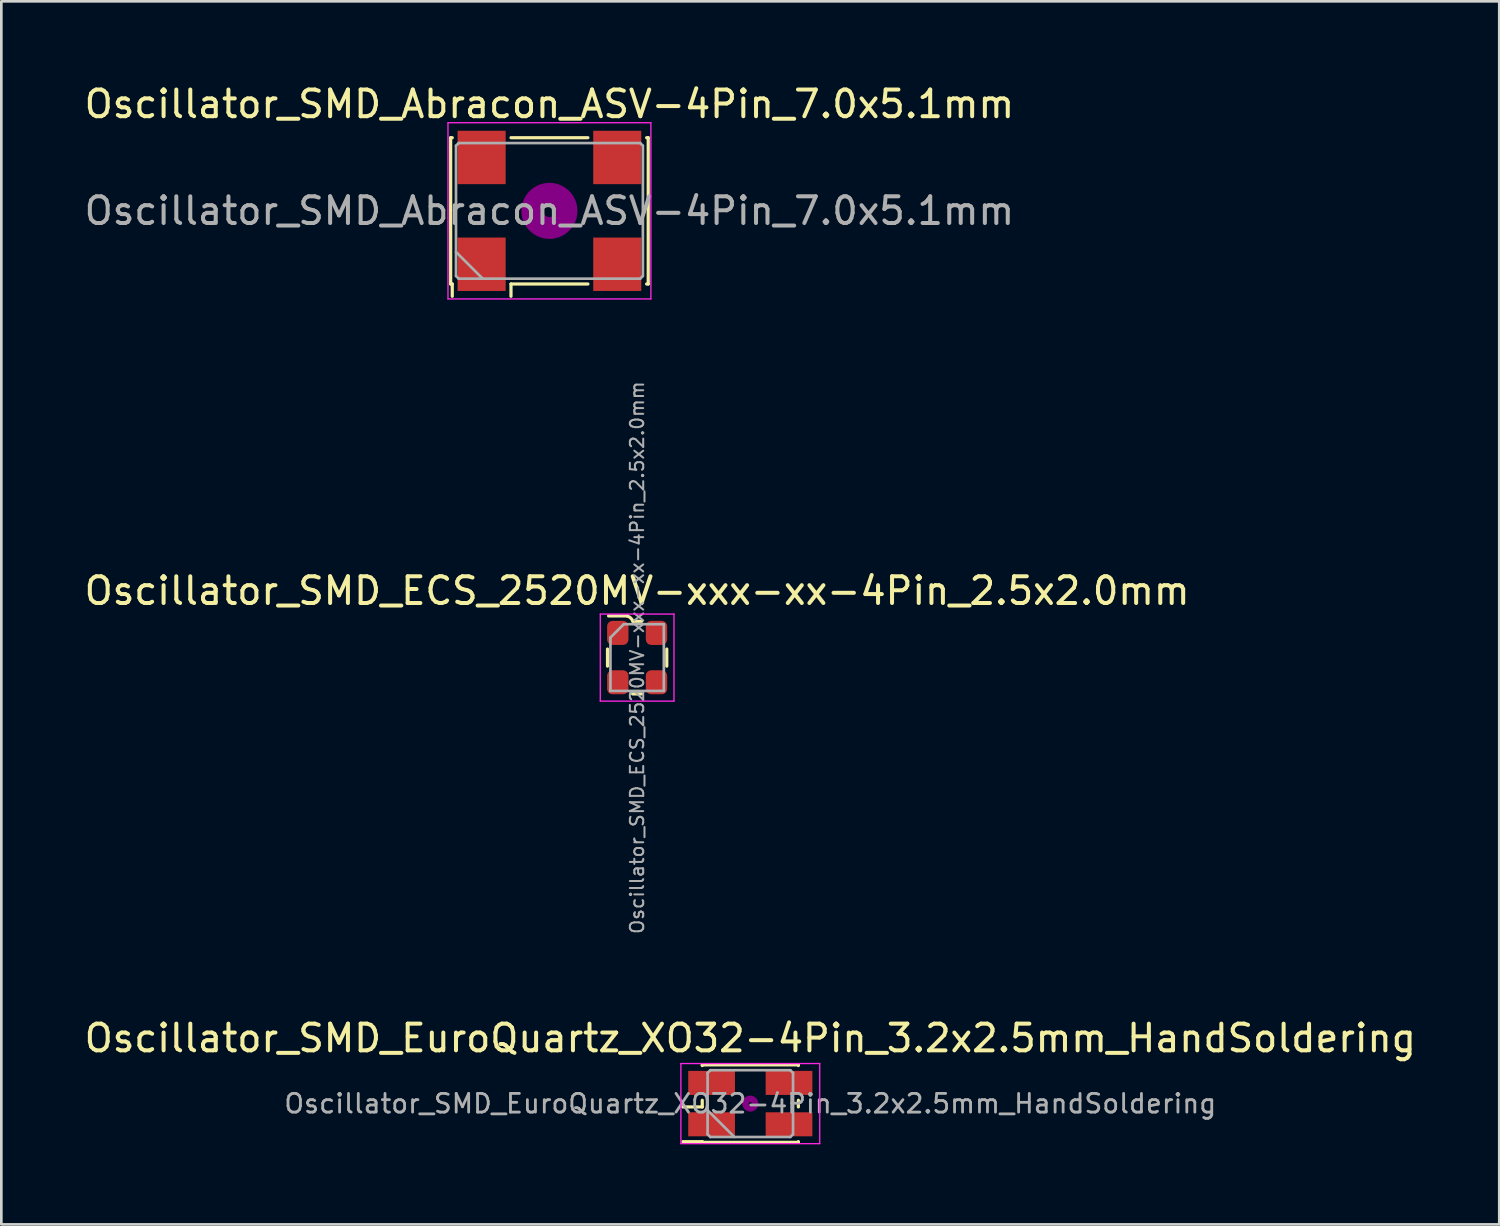
<source format=kicad_pcb>
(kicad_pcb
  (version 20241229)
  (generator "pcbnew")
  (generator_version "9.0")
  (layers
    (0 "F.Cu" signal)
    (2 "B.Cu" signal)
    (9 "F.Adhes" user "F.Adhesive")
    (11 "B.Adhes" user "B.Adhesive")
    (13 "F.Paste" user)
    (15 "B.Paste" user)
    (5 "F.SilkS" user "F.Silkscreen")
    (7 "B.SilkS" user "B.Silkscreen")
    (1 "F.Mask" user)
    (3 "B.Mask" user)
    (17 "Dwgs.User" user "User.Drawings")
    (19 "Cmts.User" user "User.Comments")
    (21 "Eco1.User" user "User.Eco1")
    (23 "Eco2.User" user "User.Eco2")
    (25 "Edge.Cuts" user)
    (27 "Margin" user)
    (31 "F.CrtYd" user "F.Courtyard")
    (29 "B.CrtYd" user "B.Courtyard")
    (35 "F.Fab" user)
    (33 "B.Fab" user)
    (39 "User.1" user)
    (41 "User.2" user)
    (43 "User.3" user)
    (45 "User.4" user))
  (footprint "Oscillator_SMD_ECS_2520MV-xxx-xx-4Pin_2.5x2.0mm"
    (layer "F.Cu")
    (at 20.815 21.581)
    (property "Reference" "Oscillator_SMD_ECS_2520MV-xxx-xx-4Pin_2.5x2.0mm" (at 0 -2.5 0) (layer "F.SilkS") (effects (font (size 1 1) (thickness 0.15))))
    (attr smd)
    (fp_line (start -1.11 0.32) (end -1.11 -0.32) (stroke (width 0.12) (type solid)) (layer "F.SilkS"))
    (fp_line (start -0.38 -1.56) (end -1.07 -1.56) (stroke (width 0.12) (type solid)) (layer "F.SilkS"))
    (fp_line (start -0.17 1.36) (end 0.17 1.36) (stroke (width 0.12) (type solid)) (layer "F.SilkS"))
    (fp_line (start -0.16 -1.36) (end 0.17 -1.36) (stroke (width 0.12) (type solid)) (layer "F.SilkS"))
    (fp_line (start 1.11 0.32) (end 1.11 -0.32) (stroke (width 0.12) (type solid)) (layer "F.SilkS"))
    (fp_arc (start -0.38 -1.56) (mid -0.246393 -1.485967) (end -0.16 -1.36) (stroke (width 0.12) (type solid)) (layer "F.SilkS"))
    (fp_line (start -1.38 -1.63) (end -1.38 1.63) (stroke (width 0.05) (type solid)) (layer "F.CrtYd"))
    (fp_line (start -1.38 -1.63) (end 1.38 -1.63) (stroke (width 0.05) (type solid)) (layer "F.CrtYd"))
    (fp_line (start -1.38 1.63) (end 1.38 1.63) (stroke (width 0.05) (type solid)) (layer "F.CrtYd"))
    (fp_line (start 1.38 -1.63) (end 1.38 1.63) (stroke (width 0.05) (type solid)) (layer "F.CrtYd"))
    (fp_line (start -1 -0.75) (end -1 1.25) (stroke (width 0.1) (type solid)) (layer "F.Fab"))
    (fp_line (start -1 -0.75) (end -0.5 -1.25) (stroke (width 0.1) (type solid)) (layer "F.Fab"))
    (fp_line (start -1 1.25) (end 1 1.25) (stroke (width 0.1) (type solid)) (layer "F.Fab"))
    (fp_line (start -0.5 -1.25) (end 1 -1.25) (stroke (width 0.1) (type solid)) (layer "F.Fab"))
    (fp_line (start 1 -1.25) (end 1 1.25) (stroke (width 0.1) (type solid)) (layer "F.Fab"))
    (fp_text user "${REFERENCE}" (at 0 0 90) (layer "F.Fab") (effects (font (size 0.5 0.5) (thickness 0.075))))
    (pad "1" smd roundrect (at -0.725 -0.925) (size 0.8 0.9) (layers "F.Cu" "F.Mask" "F.Paste") (roundrect_rratio 0.25))
    (pad "2" smd roundrect (at -0.725 0.925) (size 0.8 0.9) (layers "F.Cu" "F.Mask" "F.Paste") (roundrect_rratio 0.25))
    (pad "3" smd roundrect (at 0.725 0.925) (size 0.8 0.9) (layers "F.Cu" "F.Mask" "F.Paste") (roundrect_rratio 0.25))
    (pad "4" smd roundrect (at 0.725 -0.925) (size 0.8 0.9) (layers "F.Cu" "F.Mask" "F.Paste") (roundrect_rratio 0.25)))
  (footprint "Oscillator_SMD_Abracon_ASV-4Pin_7.0x5.1mm"
    (layer "F.Cu")
    (at 17.53 4.848)
    (property "Reference" "Oscillator_SMD_Abracon_ASV-4Pin_7.0x5.1mm" (at 0 -4 0) (layer "F.SilkS") (effects (font (size 1 1) (thickness 0.15))))
    (attr smd)
    (fp_line (start -3.7 -2.74) (end -3.64 -2.74) (stroke (width 0.12) (type solid)) (layer "F.SilkS"))
    (fp_line (start -3.7 2.74) (end -3.7 -2.74) (stroke (width 0.12) (type solid)) (layer "F.SilkS"))
    (fp_line (start -3.64 2.74) (end -3.7 2.74) (stroke (width 0.12) (type solid)) (layer "F.SilkS"))
    (fp_line (start -3.64 3.2) (end -3.64 2.74) (stroke (width 0.12) (type solid)) (layer "F.SilkS"))
    (fp_line (start -1.44 -2.74) (end 1.44 -2.74) (stroke (width 0.12) (type solid)) (layer "F.SilkS"))
    (fp_line (start -1.44 2.74) (end -1.44 3.2) (stroke (width 0.12) (type solid)) (layer "F.SilkS"))
    (fp_line (start 1.44 2.74) (end -1.44 2.74) (stroke (width 0.12) (type solid)) (layer "F.SilkS"))
    (fp_line (start 3.64 -2.74) (end 3.7 -2.74) (stroke (width 0.12) (type solid)) (layer "F.SilkS"))
    (fp_line (start 3.7 -2.74) (end 3.7 2.74) (stroke (width 0.12) (type solid)) (layer "F.SilkS"))
    (fp_line (start 3.7 2.74) (end 3.64 2.74) (stroke (width 0.12) (type solid)) (layer "F.SilkS"))
    (fp_circle (center 0 0) (end 0.233 0) (stroke (width 0.467) (type solid)) (fill no) (layer "F.Adhes"))
    (fp_circle (center 0 0) (end 0.533 0) (stroke (width 0.333) (type solid)) (fill no) (layer "F.Adhes"))
    (fp_circle (center 0 0) (end 0.833 0) (stroke (width 0.333) (type solid)) (fill no) (layer "F.Adhes"))
    (fp_circle (center 0 0) (end 1 0) (stroke (width 0.1) (type solid)) (fill no) (layer "F.Adhes"))
    (fp_line (start -3.8 -3.3) (end -3.8 3.3) (stroke (width 0.05) (type solid)) (layer "F.CrtYd"))
    (fp_line (start -3.8 3.3) (end 3.8 3.3) (stroke (width 0.05) (type solid)) (layer "F.CrtYd"))
    (fp_line (start 3.8 -3.3) (end -3.8 -3.3) (stroke (width 0.05) (type solid)) (layer "F.CrtYd"))
    (fp_line (start 3.8 3.3) (end 3.8 -3.3) (stroke (width 0.05) (type solid)) (layer "F.CrtYd"))
    (fp_line (start -3.5 -2.44) (end -3.4 -2.54) (stroke (width 0.1) (type solid)) (layer "F.Fab"))
    (fp_line (start -3.5 1.54) (end -2.5 2.54) (stroke (width 0.1) (type solid)) (layer "F.Fab"))
    (fp_line (start -3.5 2.44) (end -3.5 -2.44) (stroke (width 0.1) (type solid)) (layer "F.Fab"))
    (fp_line (start -3.4 -2.54) (end 3.4 -2.54) (stroke (width 0.1) (type solid)) (layer "F.Fab"))
    (fp_line (start -3.4 2.54) (end -3.5 2.44) (stroke (width 0.1) (type solid)) (layer "F.Fab"))
    (fp_line (start 3.4 -2.54) (end 3.5 -2.44) (stroke (width 0.1) (type solid)) (layer "F.Fab"))
    (fp_line (start 3.4 2.54) (end -3.4 2.54) (stroke (width 0.1) (type solid)) (layer "F.Fab"))
    (fp_line (start 3.5 -2.44) (end 3.5 2.44) (stroke (width 0.1) (type solid)) (layer "F.Fab"))
    (fp_line (start 3.5 2.44) (end 3.4 2.54) (stroke (width 0.1) (type solid)) (layer "F.Fab"))
    (fp_text user "${REFERENCE}" (at 0 0 0) (layer "F.Fab") (effects (font (size 1 1) (thickness 0.15))))
    (pad "1" smd rect (at -2.54 2) (size 1.8 2) (layers "F.Cu" "F.Mask" "F.Paste"))
    (pad "2" smd rect (at 2.54 2) (size 1.8 2) (layers "F.Cu" "F.Mask" "F.Paste"))
    (pad "3" smd rect (at 2.54 -2) (size 1.8 2) (layers "F.Cu" "F.Mask" "F.Paste"))
    (pad "4" smd rect (at -2.54 -2) (size 1.8 2) (layers "F.Cu" "F.Mask" "F.Paste")))
  (footprint "Oscillator_SMD_EuroQuartz_XO32-4Pin_3.2x2.5mm_HandSoldering"
    (layer "F.Cu")
    (at 25.054 38.287)
    (property "Reference" "Oscillator_SMD_EuroQuartz_XO32-4Pin_3.2x2.5mm_HandSoldering" (at 0 -2.45 0) (layer "F.SilkS") (effects (font (size 1 1) (thickness 0.15))))
    (attr smd)
    (fp_line (start -2.525 0.125) (end -1.8 0.125) (stroke (width 0.12) (type solid)) (layer "F.SilkS"))
    (fp_line (start -2.525 1.425) (end -1.8 1.425) (stroke (width 0.12) (type solid)) (layer "F.SilkS"))
    (fp_line (start -1.8 -1.45) (end 1.8 -1.45) (stroke (width 0.12) (type solid)) (layer "F.SilkS"))
    (fp_line (start -1.8 -1.425) (end -1.8 -1.45) (stroke (width 0.12) (type solid)) (layer "F.SilkS"))
    (fp_line (start -1.8 0.125) (end -1.8 -0.125) (stroke (width 0.12) (type solid)) (layer "F.SilkS"))
    (fp_line (start -1.8 1.425) (end -1.8 1.45) (stroke (width 0.12) (type solid)) (layer "F.SilkS"))
    (fp_line (start -1.8 1.45) (end 1.8 1.45) (stroke (width 0.12) (type solid)) (layer "F.SilkS"))
    (fp_line (start 1.8 -1.45) (end 1.8 -1.425) (stroke (width 0.12) (type solid)) (layer "F.SilkS"))
    (fp_line (start 1.8 -0.125) (end 1.8 0.125) (stroke (width 0.12) (type solid)) (layer "F.SilkS"))
    (fp_line (start 1.8 1.45) (end 1.8 1.425) (stroke (width 0.12) (type solid)) (layer "F.SilkS"))
    (fp_circle (center 0 0) (end 0.058 0) (stroke (width 0.117) (type solid)) (fill no) (layer "F.Adhes"))
    (fp_circle (center 0 0) (end 0.133 0) (stroke (width 0.083) (type solid)) (fill no) (layer "F.Adhes"))
    (fp_circle (center 0 0) (end 0.208 0) (stroke (width 0.083) (type solid)) (fill no) (layer "F.Adhes"))
    (fp_circle (center 0 0) (end 0.25 0) (stroke (width 0.1) (type solid)) (fill no) (layer "F.Adhes"))
    (fp_line (start -2.6 -1.5) (end -2.6 1.5) (stroke (width 0.05) (type solid)) (layer "F.CrtYd"))
    (fp_line (start -2.6 1.5) (end 2.6 1.5) (stroke (width 0.05) (type solid)) (layer "F.CrtYd"))
    (fp_line (start 2.6 -1.5) (end -2.6 -1.5) (stroke (width 0.05) (type solid)) (layer "F.CrtYd"))
    (fp_line (start 2.6 1.5) (end 2.6 -1.5) (stroke (width 0.05) (type solid)) (layer "F.CrtYd"))
    (fp_line (start -1.6 -1.15) (end -1.5 -1.25) (stroke (width 0.1) (type solid)) (layer "F.Fab"))
    (fp_line (start -1.6 0.25) (end -0.6 1.25) (stroke (width 0.1) (type solid)) (layer "F.Fab"))
    (fp_line (start -1.6 1.15) (end -1.6 -1.15) (stroke (width 0.1) (type solid)) (layer "F.Fab"))
    (fp_line (start -1.5 -1.25) (end 1.5 -1.25) (stroke (width 0.1) (type solid)) (layer "F.Fab"))
    (fp_line (start -1.5 1.25) (end -1.6 1.15) (stroke (width 0.1) (type solid)) (layer "F.Fab"))
    (fp_line (start 1.5 -1.25) (end 1.6 -1.15) (stroke (width 0.1) (type solid)) (layer "F.Fab"))
    (fp_line (start 1.5 1.25) (end -1.5 1.25) (stroke (width 0.1) (type solid)) (layer "F.Fab"))
    (fp_line (start 1.6 -1.15) (end 1.6 1.15) (stroke (width 0.1) (type solid)) (layer "F.Fab"))
    (fp_line (start 1.6 1.15) (end 1.5 1.25) (stroke (width 0.1) (type solid)) (layer "F.Fab"))
    (fp_text user "${REFERENCE}" (at 0 0 0) (layer "F.Fab") (effects (font (size 0.7 0.7) (thickness 0.105))))
    (pad "1" smd rect (at -1.45 0.775) (size 1.75 0.9) (layers "F.Cu" "F.Mask" "F.Paste"))
    (pad "2" smd rect (at 1.45 0.775) (size 1.75 0.9) (layers "F.Cu" "F.Mask" "F.Paste"))
    (pad "3" smd rect (at 1.45 -0.775) (size 1.75 0.9) (layers "F.Cu" "F.Mask" "F.Paste"))
    (pad "4" smd rect (at -1.45 -0.775) (size 1.75 0.9) (layers "F.Cu" "F.Mask" "F.Paste")))
  (gr_rect
    (start -3 -3)
    (end 53.107 42.812)
    (stroke (width 0.1) (type default))
    (fill no)
    (layer "Edge.Cuts")))
</source>
